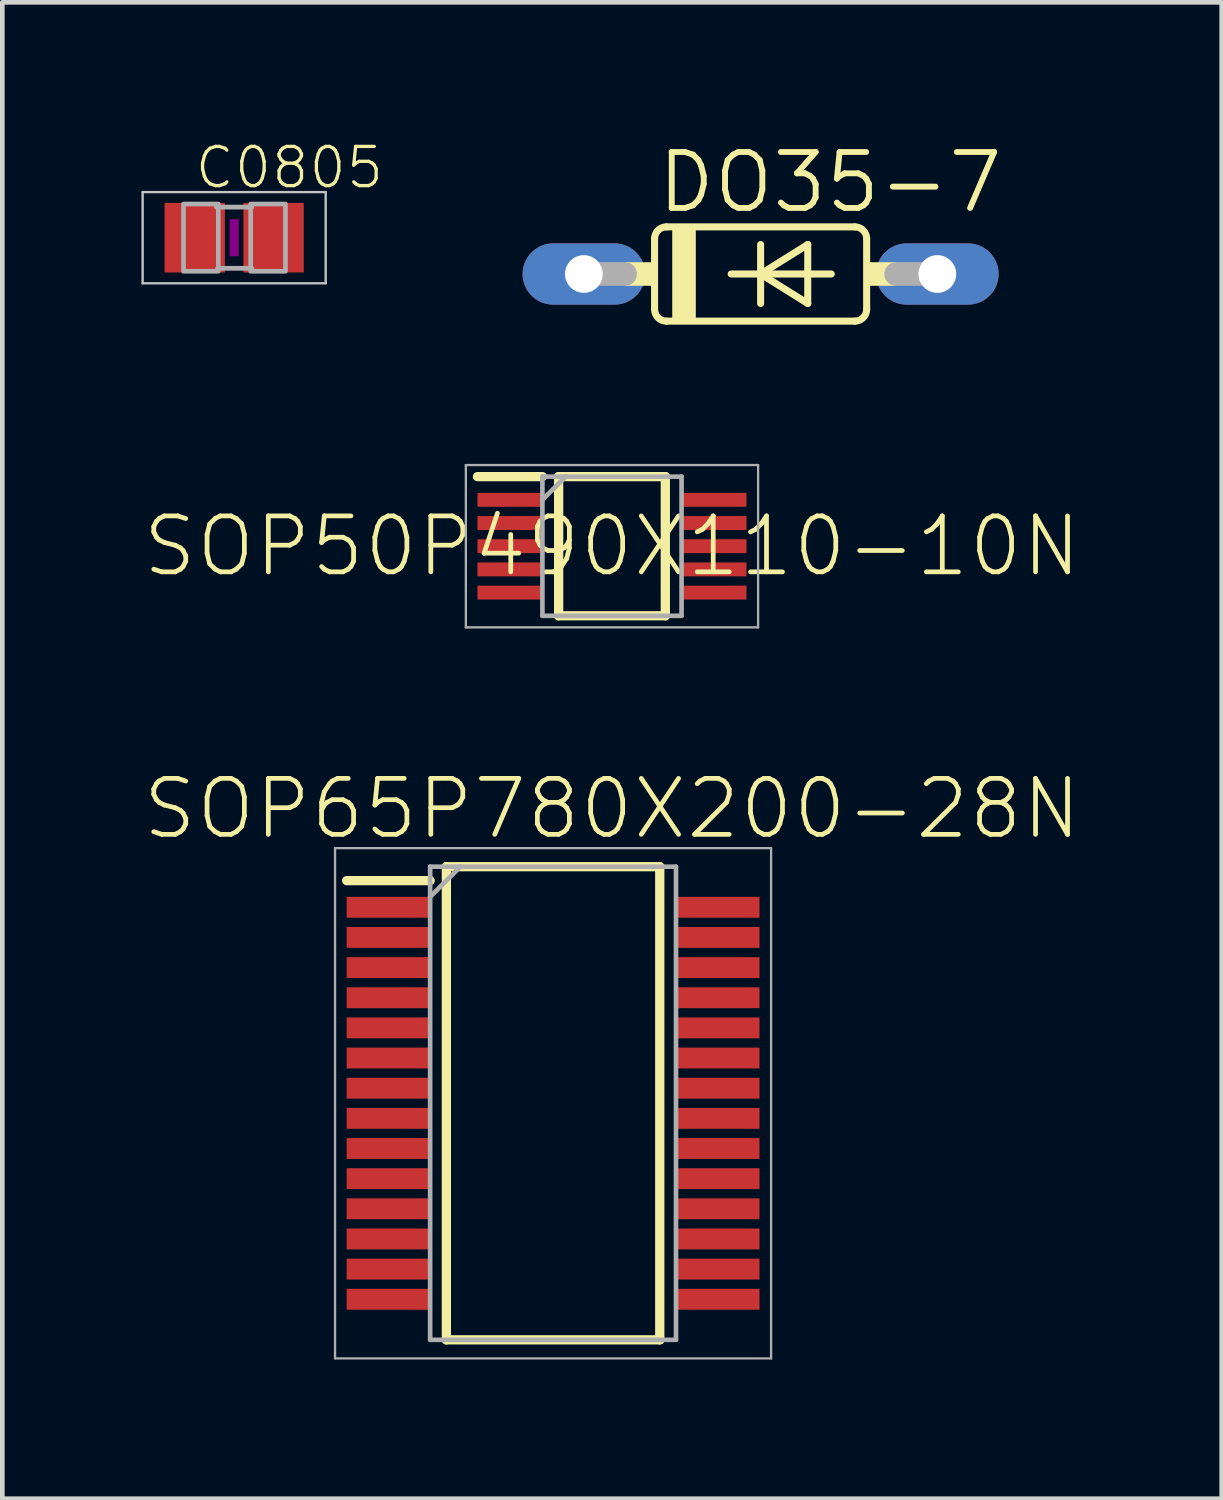
<source format=kicad_pcb>
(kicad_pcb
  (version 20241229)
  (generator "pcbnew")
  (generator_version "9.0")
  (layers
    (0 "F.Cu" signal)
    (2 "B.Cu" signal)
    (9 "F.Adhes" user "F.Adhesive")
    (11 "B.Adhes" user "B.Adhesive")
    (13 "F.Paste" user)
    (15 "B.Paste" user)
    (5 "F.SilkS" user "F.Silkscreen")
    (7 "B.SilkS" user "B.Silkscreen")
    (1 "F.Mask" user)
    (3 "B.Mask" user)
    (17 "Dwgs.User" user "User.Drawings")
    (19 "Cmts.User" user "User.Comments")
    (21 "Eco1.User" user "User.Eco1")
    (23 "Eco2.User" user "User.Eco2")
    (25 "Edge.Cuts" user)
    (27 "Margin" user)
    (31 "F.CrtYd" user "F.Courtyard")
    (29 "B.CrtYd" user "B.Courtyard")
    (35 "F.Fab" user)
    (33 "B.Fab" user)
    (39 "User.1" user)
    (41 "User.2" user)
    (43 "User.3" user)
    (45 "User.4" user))
  (footprint "C0805"
    (layer "F.Cu")
    (at 1.998 2.074)
    (property "Reference" "C0805" (at -0.889 -1.016 0) (layer "F.SilkS") (effects (font (size 0.845 0.845) (thickness 0.071)) (justify left bottom)))
    (attr through_hole)
    (fp_poly (pts (xy -0.1 0.4) (xy 0.1 0.4) (xy 0.1 -0.4) (xy -0.1 -0.4)) (stroke (width 0) (type solid)) (fill yes) (layer "F.Adhes"))
    (fp_line (start -1.973 -0.983) (end 1.973 -0.983) (stroke (width 0.051) (type solid)) (layer "Dwgs.User"))
    (fp_line (start -1.973 0.983) (end -1.973 -0.983) (stroke (width 0.051) (type solid)) (layer "Dwgs.User"))
    (fp_line (start 1.973 -0.983) (end 1.973 0.983) (stroke (width 0.051) (type solid)) (layer "Dwgs.User"))
    (fp_line (start 1.973 0.983) (end -1.973 0.983) (stroke (width 0.051) (type solid)) (layer "Dwgs.User"))
    (fp_line (start -0.381 -0.66) (end 0.381 -0.66) (stroke (width 0.102) (type solid)) (layer "F.Fab"))
    (fp_line (start -0.356 0.66) (end 0.381 0.66) (stroke (width 0.102) (type solid)) (layer "F.Fab"))
    (fp_poly (pts (xy -1.092 0.724) (xy -0.342 0.724) (xy -0.342 -0.726) (xy -1.092 -0.726)) (stroke (width 0.1) (type solid)) (fill no) (layer "F.Fab"))
    (fp_poly (pts (xy 0.356 0.724) (xy 1.106 0.724) (xy 1.106 -0.726) (xy 0.356 -0.726)) (stroke (width 0.1) (type solid)) (fill no) (layer "F.Fab"))
    (pad "1" smd rect (at -0.85 0) (size 1.3 1.5) (layers "F.Cu" "F.Mask" "F.Paste"))
    (pad "2" smd rect (at 0.85 0) (size 1.3 1.5) (layers "F.Cu" "F.Mask" "F.Paste")))
  (footprint "SOP50P490X110-10N"
    (layer "F.Cu")
    (at 10.143 8.725)
    (property "Reference" "SOP50P490X110-10N" (at 0 0 0) (layer "F.SilkS") (effects (font (size 1.206 1.206) (thickness 0.102))))
    (attr through_hole)
    (fp_line (start -2.9 -1.5) (end -1.5 -1.5) (stroke (width 0.2) (type solid)) (layer "F.SilkS"))
    (fp_line (start -1.15 -1.5) (end 1.15 -1.5) (stroke (width 0.2) (type solid)) (layer "F.SilkS"))
    (fp_line (start -1.15 1.5) (end -1.15 -1.5) (stroke (width 0.2) (type solid)) (layer "F.SilkS"))
    (fp_line (start 1.15 -1.5) (end 1.15 1.5) (stroke (width 0.2) (type solid)) (layer "F.SilkS"))
    (fp_line (start 1.15 1.5) (end -1.15 1.5) (stroke (width 0.2) (type solid)) (layer "F.SilkS"))
    (fp_line (start -3.15 -1.75) (end 3.15 -1.75) (stroke (width 0.05) (type solid)) (layer "F.Fab"))
    (fp_line (start -3.15 1.75) (end -3.15 -1.75) (stroke (width 0.05) (type solid)) (layer "F.Fab"))
    (fp_line (start -1.5 -1.5) (end -1 -1.5) (stroke (width 0.1) (type solid)) (layer "F.Fab"))
    (fp_line (start -1.5 -1) (end -1.5 -1.5) (stroke (width 0.1) (type solid)) (layer "F.Fab"))
    (fp_line (start -1.5 -1) (end -1 -1.5) (stroke (width 0.1) (type solid)) (layer "F.Fab"))
    (fp_line (start -1.5 1.5) (end -1.5 -1) (stroke (width 0.1) (type solid)) (layer "F.Fab"))
    (fp_line (start -1 -1.5) (end 1.5 -1.5) (stroke (width 0.1) (type solid)) (layer "F.Fab"))
    (fp_line (start 1.5 -1.5) (end 1.5 1.5) (stroke (width 0.1) (type solid)) (layer "F.Fab"))
    (fp_line (start 1.5 1.5) (end -1.5 1.5) (stroke (width 0.1) (type solid)) (layer "F.Fab"))
    (fp_line (start 3.15 -1.75) (end 3.15 1.75) (stroke (width 0.05) (type solid)) (layer "F.Fab"))
    (fp_line (start 3.15 1.75) (end -3.15 1.75) (stroke (width 0.05) (type solid)) (layer "F.Fab"))
    (pad "1" smd rect (at -2.2 -1) (size 1.4 0.3) (layers "F.Cu" "F.Mask" "F.Paste"))
    (pad "2" smd rect (at -2.2 -0.5) (size 1.4 0.3) (layers "F.Cu" "F.Mask" "F.Paste"))
    (pad "3" smd rect (at -2.2 0) (size 1.4 0.3) (layers "F.Cu" "F.Mask" "F.Paste"))
    (pad "4" smd rect (at -2.2 0.5) (size 1.4 0.3) (layers "F.Cu" "F.Mask" "F.Paste"))
    (pad "5" smd rect (at -2.2 1) (size 1.4 0.3) (layers "F.Cu" "F.Mask" "F.Paste"))
    (pad "6" smd rect (at 2.2 1) (size 1.4 0.3) (layers "F.Cu" "F.Mask" "F.Paste"))
    (pad "7" smd rect (at 2.2 0.5) (size 1.4 0.3) (layers "F.Cu" "F.Mask" "F.Paste"))
    (pad "8" smd rect (at 2.2 0) (size 1.4 0.3) (layers "F.Cu" "F.Mask" "F.Paste"))
    (pad "9" smd rect (at 2.2 -0.5) (size 1.4 0.3) (layers "F.Cu" "F.Mask" "F.Paste"))
    (pad "10" smd rect (at 2.2 -1) (size 1.4 0.3) (layers "F.Cu" "F.Mask" "F.Paste")))
  (footprint "SOP65P780X200-28N"
    (layer "F.Cu")
    (at 8.873 20.734)
    (property "Reference" "SOP65P780X200-28N" (at 1.27 -6.35 0) (layer "F.SilkS") (effects (font (size 1.206 1.206) (thickness 0.102))))
    (attr through_hole)
    (fp_line (start -4.45 -4.8) (end -2.65 -4.8) (stroke (width 0.2) (type solid)) (layer "F.SilkS"))
    (fp_line (start -2.3 -5.1) (end 2.3 -5.1) (stroke (width 0.2) (type solid)) (layer "F.SilkS"))
    (fp_line (start -2.3 5.1) (end -2.3 -5.1) (stroke (width 0.2) (type solid)) (layer "F.SilkS"))
    (fp_line (start 2.3 -5.1) (end 2.3 5.1) (stroke (width 0.2) (type solid)) (layer "F.SilkS"))
    (fp_line (start 2.3 5.1) (end -2.3 5.1) (stroke (width 0.2) (type solid)) (layer "F.SilkS"))
    (fp_line (start -4.7 -5.5) (end 4.7 -5.5) (stroke (width 0.05) (type solid)) (layer "F.Fab"))
    (fp_line (start -4.7 5.5) (end -4.7 -5.5) (stroke (width 0.05) (type solid)) (layer "F.Fab"))
    (fp_line (start -2.65 -5.1) (end -2 -5.1) (stroke (width 0.1) (type solid)) (layer "F.Fab"))
    (fp_line (start -2.65 -4.45) (end -2.65 -5.1) (stroke (width 0.1) (type solid)) (layer "F.Fab"))
    (fp_line (start -2.65 -4.45) (end -2 -5.1) (stroke (width 0.1) (type solid)) (layer "F.Fab"))
    (fp_line (start -2.65 5.1) (end -2.65 -4.45) (stroke (width 0.1) (type solid)) (layer "F.Fab"))
    (fp_line (start -2 -5.1) (end 2.65 -5.1) (stroke (width 0.1) (type solid)) (layer "F.Fab"))
    (fp_line (start 2.65 -5.1) (end 2.65 5.1) (stroke (width 0.1) (type solid)) (layer "F.Fab"))
    (fp_line (start 2.65 5.1) (end -2.65 5.1) (stroke (width 0.1) (type solid)) (layer "F.Fab"))
    (fp_line (start 4.7 -5.5) (end 4.7 5.5) (stroke (width 0.05) (type solid)) (layer "F.Fab"))
    (fp_line (start 4.7 5.5) (end -4.7 5.5) (stroke (width 0.05) (type solid)) (layer "F.Fab"))
    (pad "1" smd rect (at -3.55 -4.225) (size 1.8 0.45) (layers "F.Cu" "F.Mask" "F.Paste"))
    (pad "2" smd rect (at -3.55 -3.575) (size 1.8 0.45) (layers "F.Cu" "F.Mask" "F.Paste"))
    (pad "3" smd rect (at -3.55 -2.925) (size 1.8 0.45) (layers "F.Cu" "F.Mask" "F.Paste"))
    (pad "4" smd rect (at -3.55 -2.275) (size 1.8 0.45) (layers "F.Cu" "F.Mask" "F.Paste"))
    (pad "5" smd rect (at -3.55 -1.625) (size 1.8 0.45) (layers "F.Cu" "F.Mask" "F.Paste"))
    (pad "6" smd rect (at -3.55 -0.975) (size 1.8 0.45) (layers "F.Cu" "F.Mask" "F.Paste"))
    (pad "7" smd rect (at -3.55 -0.325) (size 1.8 0.45) (layers "F.Cu" "F.Mask" "F.Paste"))
    (pad "8" smd rect (at -3.55 0.325) (size 1.8 0.45) (layers "F.Cu" "F.Mask" "F.Paste"))
    (pad "9" smd rect (at -3.55 0.975) (size 1.8 0.45) (layers "F.Cu" "F.Mask" "F.Paste"))
    (pad "10" smd rect (at -3.55 1.625) (size 1.8 0.45) (layers "F.Cu" "F.Mask" "F.Paste"))
    (pad "11" smd rect (at -3.55 2.275) (size 1.8 0.45) (layers "F.Cu" "F.Mask" "F.Paste"))
    (pad "12" smd rect (at -3.55 2.925) (size 1.8 0.45) (layers "F.Cu" "F.Mask" "F.Paste"))
    (pad "13" smd rect (at -3.55 3.575) (size 1.8 0.45) (layers "F.Cu" "F.Mask" "F.Paste"))
    (pad "14" smd rect (at -3.55 4.225) (size 1.8 0.45) (layers "F.Cu" "F.Mask" "F.Paste"))
    (pad "15" smd rect (at 3.55 4.225) (size 1.8 0.45) (layers "F.Cu" "F.Mask" "F.Paste"))
    (pad "16" smd rect (at 3.55 3.575) (size 1.8 0.45) (layers "F.Cu" "F.Mask" "F.Paste"))
    (pad "17" smd rect (at 3.55 2.925) (size 1.8 0.45) (layers "F.Cu" "F.Mask" "F.Paste"))
    (pad "18" smd rect (at 3.55 2.275) (size 1.8 0.45) (layers "F.Cu" "F.Mask" "F.Paste"))
    (pad "19" smd rect (at 3.55 1.625) (size 1.8 0.45) (layers "F.Cu" "F.Mask" "F.Paste"))
    (pad "20" smd rect (at 3.55 0.975) (size 1.8 0.45) (layers "F.Cu" "F.Mask" "F.Paste"))
    (pad "21" smd rect (at 3.55 0.325) (size 1.8 0.45) (layers "F.Cu" "F.Mask" "F.Paste"))
    (pad "22" smd rect (at 3.55 -0.325) (size 1.8 0.45) (layers "F.Cu" "F.Mask" "F.Paste"))
    (pad "23" smd rect (at 3.55 -0.975) (size 1.8 0.45) (layers "F.Cu" "F.Mask" "F.Paste"))
    (pad "24" smd rect (at 3.55 -1.625) (size 1.8 0.45) (layers "F.Cu" "F.Mask" "F.Paste"))
    (pad "25" smd rect (at 3.55 -2.275) (size 1.8 0.45) (layers "F.Cu" "F.Mask" "F.Paste"))
    (pad "26" smd rect (at 3.55 -2.925) (size 1.8 0.45) (layers "F.Cu" "F.Mask" "F.Paste"))
    (pad "27" smd rect (at 3.55 -3.575) (size 1.8 0.45) (layers "F.Cu" "F.Mask" "F.Paste"))
    (pad "28" smd rect (at 3.55 -4.225) (size 1.8 0.45) (layers "F.Cu" "F.Mask" "F.Paste")))
  (footprint "DO35-7"
    (layer "F.Cu")
    (at 13.347 2.857)
    (property "Reference" "DO35-7" (at -2.286 -1.27 0) (layer "F.SilkS") (effects (font (size 1.206 1.206) (thickness 0.127)) (justify left bottom)))
    (attr through_hole)
    (fp_line (start -2.286 -0.762) (end -2.286 0.762) (stroke (width 0.152) (type solid)) (layer "F.SilkS"))
    (fp_line (start -2.032 -1.016) (end 2.032 -1.016) (stroke (width 0.152) (type solid)) (layer "F.SilkS"))
    (fp_line (start -2.032 1.016) (end 2.032 1.016) (stroke (width 0.152) (type solid)) (layer "F.SilkS"))
    (fp_line (start -0.635 0) (end 0 0) (stroke (width 0.152) (type solid)) (layer "F.SilkS"))
    (fp_line (start 0 -0.635) (end 0 0) (stroke (width 0.152) (type solid)) (layer "F.SilkS"))
    (fp_line (start 0 0) (end 0 0.635) (stroke (width 0.152) (type solid)) (layer "F.SilkS"))
    (fp_line (start 0 0) (end 1.016 -0.635) (stroke (width 0.152) (type solid)) (layer "F.SilkS"))
    (fp_line (start 0 0) (end 1.524 0) (stroke (width 0.152) (type solid)) (layer "F.SilkS"))
    (fp_line (start 1.016 -0.635) (end 1.016 0.635) (stroke (width 0.152) (type solid)) (layer "F.SilkS"))
    (fp_line (start 1.016 0.635) (end 0 0) (stroke (width 0.152) (type solid)) (layer "F.SilkS"))
    (fp_line (start 2.286 -0.762) (end 2.286 0.762) (stroke (width 0.152) (type solid)) (layer "F.SilkS"))
    (fp_arc (start -2.286 -0.762) (mid -2.211605 -0.941605) (end -2.032 -1.016) (stroke (width 0.1524) (type solid)) (layer "F.SilkS"))
    (fp_arc (start -2.032 1.016) (mid -2.211605 0.941605) (end -2.286 0.762) (stroke (width 0.1524) (type solid)) (layer "F.SilkS"))
    (fp_arc (start 2.032 -1.016) (mid 2.211605 -0.941605) (end 2.286 -0.762) (stroke (width 0.1524) (type solid)) (layer "F.SilkS"))
    (fp_arc (start 2.286 0.762) (mid 2.211605 0.941605) (end 2.032 1.016) (stroke (width 0.1524) (type solid)) (layer "F.SilkS"))
    (fp_poly (pts (xy -2.921 0.254) (xy -2.286 0.254) (xy -2.286 -0.254) (xy -2.921 -0.254)) (stroke (width 0) (type solid)) (fill yes) (layer "F.SilkS"))
    (fp_poly (pts (xy -1.905 1.016) (xy -1.397 1.016) (xy -1.397 -1.016) (xy -1.905 -1.016)) (stroke (width 0) (type solid)) (fill yes) (layer "F.SilkS"))
    (fp_poly (pts (xy 2.286 0.254) (xy 2.921 0.254) (xy 2.921 -0.254) (xy 2.286 -0.254)) (stroke (width 0) (type solid)) (fill yes) (layer "F.SilkS"))
    (fp_line (start -3.81 0) (end -2.921 0) (stroke (width 0.508) (type solid)) (layer "F.Fab"))
    (fp_line (start 3.81 0) (end 2.921 0) (stroke (width 0.508) (type solid)) (layer "F.Fab"))
    (pad "A" thru_hole oval (at 3.81 0) (size 2.642 1.321) (drill 0.813) (layers "*.Cu" "*.Mask"))
    (pad "C" thru_hole oval (at -3.81 0) (size 2.642 1.321) (drill 0.813) (layers "*.Cu" "*.Mask")))
  (gr_rect
    (start -3 -3)
    (end 23.287 29.259)
    (stroke (width 0.1) (type default))
    (fill no)
    (layer "Edge.Cuts")))
</source>
